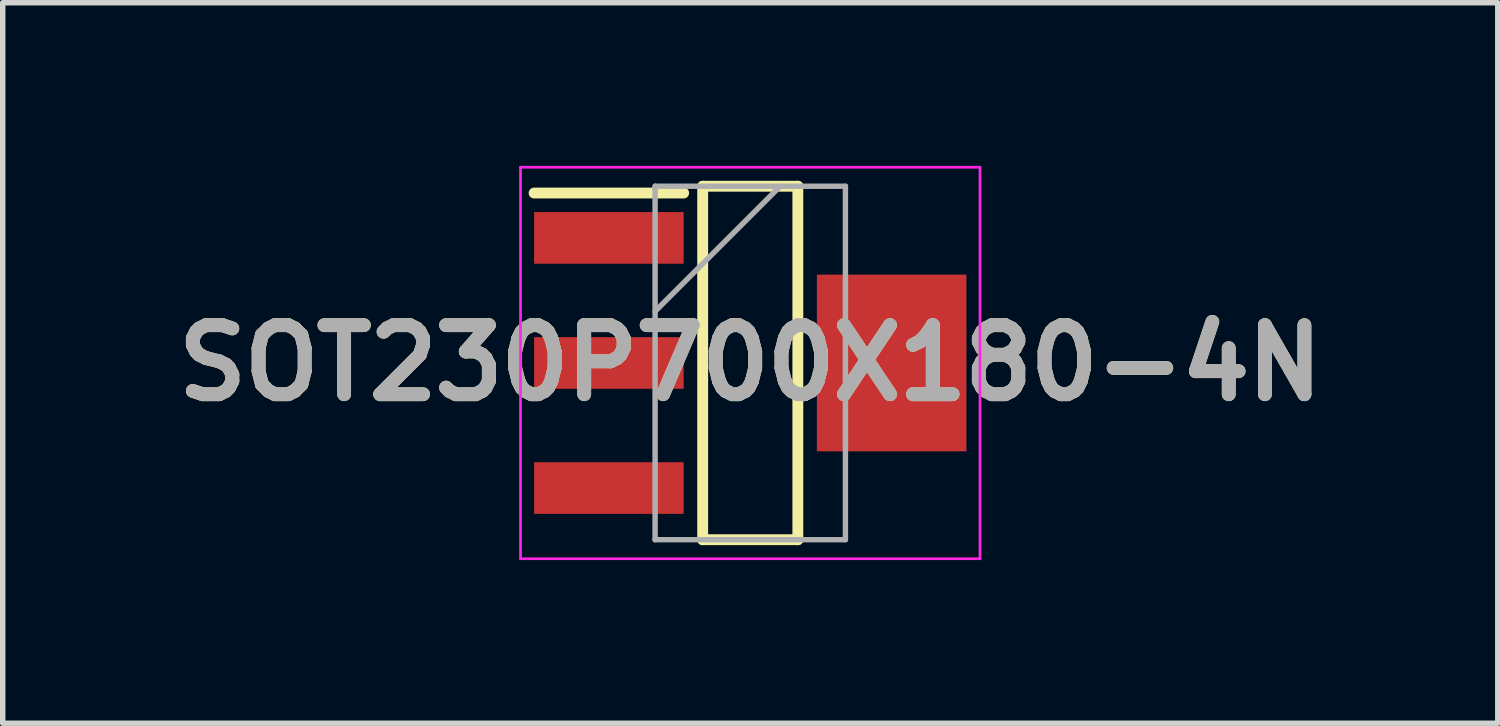
<source format=kicad_pcb>
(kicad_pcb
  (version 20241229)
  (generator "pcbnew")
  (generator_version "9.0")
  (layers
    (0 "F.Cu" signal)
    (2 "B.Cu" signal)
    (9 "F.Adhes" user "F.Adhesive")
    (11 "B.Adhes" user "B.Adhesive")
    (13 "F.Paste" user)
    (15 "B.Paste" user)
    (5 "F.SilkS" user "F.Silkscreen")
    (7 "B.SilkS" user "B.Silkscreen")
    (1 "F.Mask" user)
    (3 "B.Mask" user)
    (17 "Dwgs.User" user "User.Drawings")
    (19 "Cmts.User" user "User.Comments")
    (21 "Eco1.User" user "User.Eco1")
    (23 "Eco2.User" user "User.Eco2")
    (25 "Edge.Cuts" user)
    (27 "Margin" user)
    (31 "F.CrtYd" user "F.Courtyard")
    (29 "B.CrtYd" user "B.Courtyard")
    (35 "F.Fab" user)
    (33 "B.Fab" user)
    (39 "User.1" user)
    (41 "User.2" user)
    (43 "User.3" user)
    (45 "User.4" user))
  (footprint "SOT230P700X180-4N"
    (layer "F.Cu")
    (at 10.747 3.625)
    (property "Reference" "SOT230P700X180-4N" (at 0 0 0) (layer "F.SilkS") (effects (font (size 1.27 1.27) (thickness 0.254))))
    (attr smd)
    (fp_line (start -3.975 -3.125) (end -1.225 -3.125) (stroke (width 0.2) (type solid)) (layer "F.SilkS"))
    (fp_line (start -0.875 -3.25) (end 0.875 -3.25) (stroke (width 0.2) (type solid)) (layer "F.SilkS"))
    (fp_line (start -0.875 3.25) (end -0.875 -3.25) (stroke (width 0.2) (type solid)) (layer "F.SilkS"))
    (fp_line (start 0.875 -3.25) (end 0.875 3.25) (stroke (width 0.2) (type solid)) (layer "F.SilkS"))
    (fp_line (start 0.875 3.25) (end -0.875 3.25) (stroke (width 0.2) (type solid)) (layer "F.SilkS"))
    (fp_line (start -4.225 -3.6) (end 4.225 -3.6) (stroke (width 0.05) (type solid)) (layer "F.CrtYd"))
    (fp_line (start -4.225 3.6) (end -4.225 -3.6) (stroke (width 0.05) (type solid)) (layer "F.CrtYd"))
    (fp_line (start 4.225 -3.6) (end 4.225 3.6) (stroke (width 0.05) (type solid)) (layer "F.CrtYd"))
    (fp_line (start 4.225 3.6) (end -4.225 3.6) (stroke (width 0.05) (type solid)) (layer "F.CrtYd"))
    (fp_line (start -1.75 -3.25) (end 1.75 -3.25) (stroke (width 0.1) (type solid)) (layer "F.Fab"))
    (fp_line (start -1.75 -0.95) (end 0.55 -3.25) (stroke (width 0.1) (type solid)) (layer "F.Fab"))
    (fp_line (start -1.75 3.25) (end -1.75 -3.25) (stroke (width 0.1) (type solid)) (layer "F.Fab"))
    (fp_line (start 1.75 -3.25) (end 1.75 3.25) (stroke (width 0.1) (type solid)) (layer "F.Fab"))
    (fp_line (start 1.75 3.25) (end -1.75 3.25) (stroke (width 0.1) (type solid)) (layer "F.Fab"))
    (fp_text user "${REFERENCE}" (at 0 0 0) (layer "F.Fab") (effects (font (size 1.27 1.27) (thickness 0.254))))
    (pad "1" smd rect (at -2.6 -2.3 90) (size 0.95 2.75) (layers "F.Cu" "F.Mask" "F.Paste"))
    (pad "2" smd rect (at -2.6 0 90) (size 0.95 2.75) (layers "F.Cu" "F.Mask" "F.Paste"))
    (pad "3" smd rect (at -2.6 2.3 90) (size 0.95 2.75) (layers "F.Cu" "F.Mask" "F.Paste"))
    (pad "4" smd rect (at 2.6 0) (size 2.75 3.25) (layers "F.Cu" "F.Mask" "F.Paste")))
  (gr_rect
    (start -3 -3)
    (end 24.493 10.25)
    (stroke (width 0.1) (type default))
    (fill no)
    (layer "Edge.Cuts")))
</source>
